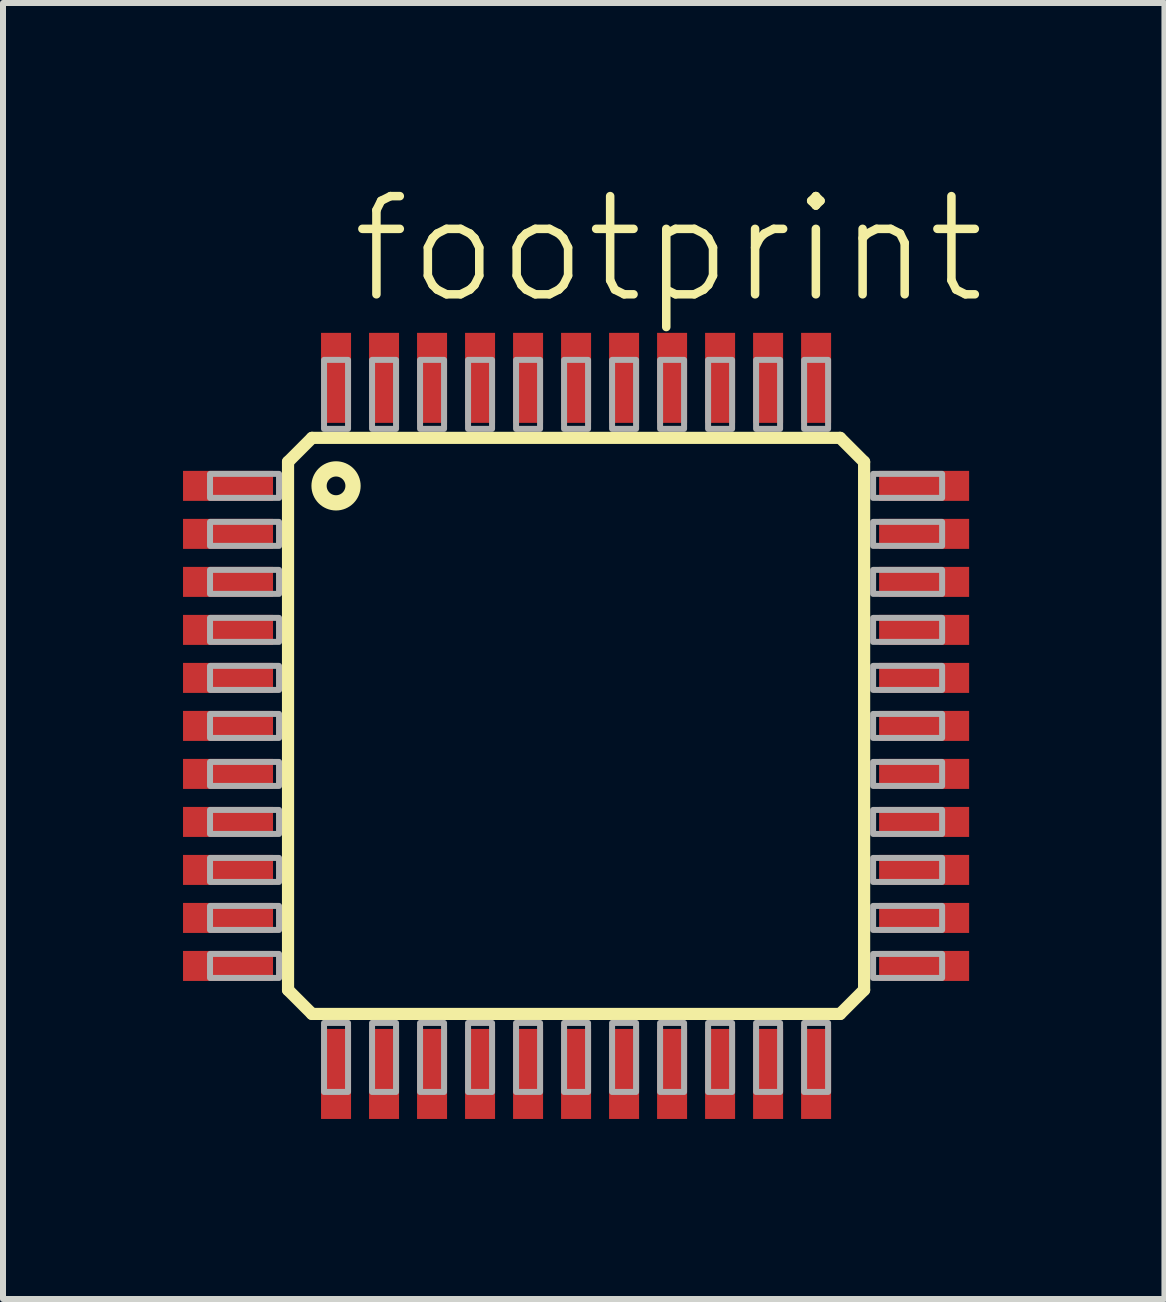
<source format=kicad_pcb>
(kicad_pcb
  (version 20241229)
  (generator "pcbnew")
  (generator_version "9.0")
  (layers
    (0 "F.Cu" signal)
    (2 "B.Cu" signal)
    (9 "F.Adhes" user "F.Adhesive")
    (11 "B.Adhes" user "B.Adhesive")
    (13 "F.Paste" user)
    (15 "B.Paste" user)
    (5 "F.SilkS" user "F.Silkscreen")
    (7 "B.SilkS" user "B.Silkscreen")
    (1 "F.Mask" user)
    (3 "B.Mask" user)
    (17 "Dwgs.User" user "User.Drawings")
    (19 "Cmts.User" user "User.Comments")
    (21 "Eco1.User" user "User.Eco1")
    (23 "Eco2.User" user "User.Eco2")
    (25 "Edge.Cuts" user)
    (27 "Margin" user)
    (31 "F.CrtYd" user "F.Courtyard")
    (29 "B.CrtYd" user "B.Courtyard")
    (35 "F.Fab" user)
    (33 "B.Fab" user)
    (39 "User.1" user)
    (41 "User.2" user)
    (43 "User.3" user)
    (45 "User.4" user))
  (footprint "footprint"
    (layer "F.Cu")
    (at 6.55 9.047)
    (property "Reference" "footprint" (at -3.81 -6.985 0) (layer "F.SilkS") (effects (font (size 1.636 1.636) (thickness 0.142)) (justify left bottom)))
    (fp_line (start -4.8 -4.4) (end -4.4 -4.8) (stroke (width 0.203) (type solid)) (layer "F.SilkS"))
    (fp_line (start -4.8 4.4) (end -4.8 -4.4) (stroke (width 0.203) (type solid)) (layer "F.SilkS"))
    (fp_line (start -4.4 -4.8) (end 4.4 -4.8) (stroke (width 0.203) (type solid)) (layer "F.SilkS"))
    (fp_line (start -4.4 4.8) (end -4.8 4.4) (stroke (width 0.203) (type solid)) (layer "F.SilkS"))
    (fp_line (start 4.4 -4.8) (end 4.8 -4.4) (stroke (width 0.203) (type solid)) (layer "F.SilkS"))
    (fp_line (start 4.4 4.8) (end -4.4 4.8) (stroke (width 0.203) (type solid)) (layer "F.SilkS"))
    (fp_line (start 4.8 -4.4) (end 4.8 4.4) (stroke (width 0.203) (type solid)) (layer "F.SilkS"))
    (fp_line (start 4.8 4.4) (end 4.4 4.8) (stroke (width 0.203) (type solid)) (layer "F.SilkS"))
    (fp_circle (center -4 -4) (end -3.717 -4) (stroke (width 0.254) (type solid)) (fill no) (layer "F.SilkS"))
    (fp_poly (pts (xy -6.1 -3.8) (xy -4.95 -3.8) (xy -4.95 -4.2) (xy -6.1 -4.2)) (stroke (width 0.1) (type solid)) (fill no) (layer "F.Fab"))
    (fp_poly (pts (xy -6.1 -3) (xy -4.95 -3) (xy -4.95 -3.4) (xy -6.1 -3.4)) (stroke (width 0.1) (type solid)) (fill no) (layer "F.Fab"))
    (fp_poly (pts (xy -6.1 -2.2) (xy -4.95 -2.2) (xy -4.95 -2.6) (xy -6.1 -2.6)) (stroke (width 0.1) (type solid)) (fill no) (layer "F.Fab"))
    (fp_poly (pts (xy -6.1 -1.4) (xy -4.95 -1.4) (xy -4.95 -1.8) (xy -6.1 -1.8)) (stroke (width 0.1) (type solid)) (fill no) (layer "F.Fab"))
    (fp_poly (pts (xy -6.1 -0.6) (xy -4.95 -0.6) (xy -4.95 -1) (xy -6.1 -1)) (stroke (width 0.1) (type solid)) (fill no) (layer "F.Fab"))
    (fp_poly (pts (xy -6.1 0.2) (xy -4.95 0.2) (xy -4.95 -0.2) (xy -6.1 -0.2)) (stroke (width 0.1) (type solid)) (fill no) (layer "F.Fab"))
    (fp_poly (pts (xy -6.1 1) (xy -4.95 1) (xy -4.95 0.6) (xy -6.1 0.6)) (stroke (width 0.1) (type solid)) (fill no) (layer "F.Fab"))
    (fp_poly (pts (xy -6.1 1.8) (xy -4.95 1.8) (xy -4.95 1.4) (xy -6.1 1.4)) (stroke (width 0.1) (type solid)) (fill no) (layer "F.Fab"))
    (fp_poly (pts (xy -6.1 2.6) (xy -4.95 2.6) (xy -4.95 2.2) (xy -6.1 2.2)) (stroke (width 0.1) (type solid)) (fill no) (layer "F.Fab"))
    (fp_poly (pts (xy -6.1 3.4) (xy -4.95 3.4) (xy -4.95 3) (xy -6.1 3)) (stroke (width 0.1) (type solid)) (fill no) (layer "F.Fab"))
    (fp_poly (pts (xy -6.1 4.2) (xy -4.95 4.2) (xy -4.95 3.8) (xy -6.1 3.8)) (stroke (width 0.1) (type solid)) (fill no) (layer "F.Fab"))
    (fp_poly (pts (xy -4.2 -4.95) (xy -3.8 -4.95) (xy -3.8 -6.1) (xy -4.2 -6.1)) (stroke (width 0.1) (type solid)) (fill no) (layer "F.Fab"))
    (fp_poly (pts (xy -4.2 6.1) (xy -3.8 6.1) (xy -3.8 4.95) (xy -4.2 4.95)) (stroke (width 0.1) (type solid)) (fill no) (layer "F.Fab"))
    (fp_poly (pts (xy -3.4 -4.95) (xy -3 -4.95) (xy -3 -6.1) (xy -3.4 -6.1)) (stroke (width 0.1) (type solid)) (fill no) (layer "F.Fab"))
    (fp_poly (pts (xy -3.4 6.1) (xy -3 6.1) (xy -3 4.95) (xy -3.4 4.95)) (stroke (width 0.1) (type solid)) (fill no) (layer "F.Fab"))
    (fp_poly (pts (xy -2.6 -4.95) (xy -2.2 -4.95) (xy -2.2 -6.1) (xy -2.6 -6.1)) (stroke (width 0.1) (type solid)) (fill no) (layer "F.Fab"))
    (fp_poly (pts (xy -2.6 6.1) (xy -2.2 6.1) (xy -2.2 4.95) (xy -2.6 4.95)) (stroke (width 0.1) (type solid)) (fill no) (layer "F.Fab"))
    (fp_poly (pts (xy -1.8 -4.95) (xy -1.4 -4.95) (xy -1.4 -6.1) (xy -1.8 -6.1)) (stroke (width 0.1) (type solid)) (fill no) (layer "F.Fab"))
    (fp_poly (pts (xy -1.8 6.1) (xy -1.4 6.1) (xy -1.4 4.95) (xy -1.8 4.95)) (stroke (width 0.1) (type solid)) (fill no) (layer "F.Fab"))
    (fp_poly (pts (xy -1 -4.95) (xy -0.6 -4.95) (xy -0.6 -6.1) (xy -1 -6.1)) (stroke (width 0.1) (type solid)) (fill no) (layer "F.Fab"))
    (fp_poly (pts (xy -1 6.1) (xy -0.6 6.1) (xy -0.6 4.95) (xy -1 4.95)) (stroke (width 0.1) (type solid)) (fill no) (layer "F.Fab"))
    (fp_poly (pts (xy -0.2 -4.95) (xy 0.2 -4.95) (xy 0.2 -6.1) (xy -0.2 -6.1)) (stroke (width 0.1) (type solid)) (fill no) (layer "F.Fab"))
    (fp_poly (pts (xy -0.2 6.1) (xy 0.2 6.1) (xy 0.2 4.95) (xy -0.2 4.95)) (stroke (width 0.1) (type solid)) (fill no) (layer "F.Fab"))
    (fp_poly (pts (xy 0.6 -4.95) (xy 1 -4.95) (xy 1 -6.1) (xy 0.6 -6.1)) (stroke (width 0.1) (type solid)) (fill no) (layer "F.Fab"))
    (fp_poly (pts (xy 0.6 6.1) (xy 1 6.1) (xy 1 4.95) (xy 0.6 4.95)) (stroke (width 0.1) (type solid)) (fill no) (layer "F.Fab"))
    (fp_poly (pts (xy 1.4 -4.95) (xy 1.8 -4.95) (xy 1.8 -6.1) (xy 1.4 -6.1)) (stroke (width 0.1) (type solid)) (fill no) (layer "F.Fab"))
    (fp_poly (pts (xy 1.4 6.1) (xy 1.8 6.1) (xy 1.8 4.95) (xy 1.4 4.95)) (stroke (width 0.1) (type solid)) (fill no) (layer "F.Fab"))
    (fp_poly (pts (xy 2.2 -4.95) (xy 2.6 -4.95) (xy 2.6 -6.1) (xy 2.2 -6.1)) (stroke (width 0.1) (type solid)) (fill no) (layer "F.Fab"))
    (fp_poly (pts (xy 2.2 6.1) (xy 2.6 6.1) (xy 2.6 4.95) (xy 2.2 4.95)) (stroke (width 0.1) (type solid)) (fill no) (layer "F.Fab"))
    (fp_poly (pts (xy 3 -4.95) (xy 3.4 -4.95) (xy 3.4 -6.1) (xy 3 -6.1)) (stroke (width 0.1) (type solid)) (fill no) (layer "F.Fab"))
    (fp_poly (pts (xy 3 6.1) (xy 3.4 6.1) (xy 3.4 4.95) (xy 3 4.95)) (stroke (width 0.1) (type solid)) (fill no) (layer "F.Fab"))
    (fp_poly (pts (xy 3.8 -4.95) (xy 4.2 -4.95) (xy 4.2 -6.1) (xy 3.8 -6.1)) (stroke (width 0.1) (type solid)) (fill no) (layer "F.Fab"))
    (fp_poly (pts (xy 3.8 6.1) (xy 4.2 6.1) (xy 4.2 4.95) (xy 3.8 4.95)) (stroke (width 0.1) (type solid)) (fill no) (layer "F.Fab"))
    (fp_poly (pts (xy 4.95 -3.8) (xy 6.1 -3.8) (xy 6.1 -4.2) (xy 4.95 -4.2)) (stroke (width 0.1) (type solid)) (fill no) (layer "F.Fab"))
    (fp_poly (pts (xy 4.95 -3) (xy 6.1 -3) (xy 6.1 -3.4) (xy 4.95 -3.4)) (stroke (width 0.1) (type solid)) (fill no) (layer "F.Fab"))
    (fp_poly (pts (xy 4.95 -2.2) (xy 6.1 -2.2) (xy 6.1 -2.6) (xy 4.95 -2.6)) (stroke (width 0.1) (type solid)) (fill no) (layer "F.Fab"))
    (fp_poly (pts (xy 4.95 -1.4) (xy 6.1 -1.4) (xy 6.1 -1.8) (xy 4.95 -1.8)) (stroke (width 0.1) (type solid)) (fill no) (layer "F.Fab"))
    (fp_poly (pts (xy 4.95 -0.6) (xy 6.1 -0.6) (xy 6.1 -1) (xy 4.95 -1)) (stroke (width 0.1) (type solid)) (fill no) (layer "F.Fab"))
    (fp_poly (pts (xy 4.95 0.2) (xy 6.1 0.2) (xy 6.1 -0.2) (xy 4.95 -0.2)) (stroke (width 0.1) (type solid)) (fill no) (layer "F.Fab"))
    (fp_poly (pts (xy 4.95 1) (xy 6.1 1) (xy 6.1 0.6) (xy 4.95 0.6)) (stroke (width 0.1) (type solid)) (fill no) (layer "F.Fab"))
    (fp_poly (pts (xy 4.95 1.8) (xy 6.1 1.8) (xy 6.1 1.4) (xy 4.95 1.4)) (stroke (width 0.1) (type solid)) (fill no) (layer "F.Fab"))
    (fp_poly (pts (xy 4.95 2.6) (xy 6.1 2.6) (xy 6.1 2.2) (xy 4.95 2.2)) (stroke (width 0.1) (type solid)) (fill no) (layer "F.Fab"))
    (fp_poly (pts (xy 4.95 3.4) (xy 6.1 3.4) (xy 6.1 3) (xy 4.95 3)) (stroke (width 0.1) (type solid)) (fill no) (layer "F.Fab"))
    (fp_poly (pts (xy 4.95 4.2) (xy 6.1 4.2) (xy 6.1 3.8) (xy 4.95 3.8)) (stroke (width 0.1) (type solid)) (fill no) (layer "F.Fab"))
    (pad "1" smd rect (at -5.8 -4) (size 1.5 0.5) (layers "F.Cu" "F.Mask" "F.Paste"))
    (pad "2" smd rect (at -5.8 -3.2) (size 1.5 0.5) (layers "F.Cu" "F.Mask" "F.Paste"))
    (pad "3" smd rect (at -5.8 -2.4) (size 1.5 0.5) (layers "F.Cu" "F.Mask" "F.Paste"))
    (pad "4" smd rect (at -5.8 -1.6) (size 1.5 0.5) (layers "F.Cu" "F.Mask" "F.Paste"))
    (pad "5" smd rect (at -5.8 -0.8) (size 1.5 0.5) (layers "F.Cu" "F.Mask" "F.Paste"))
    (pad "6" smd rect (at -5.8 0) (size 1.5 0.5) (layers "F.Cu" "F.Mask" "F.Paste"))
    (pad "7" smd rect (at -5.8 0.8) (size 1.5 0.5) (layers "F.Cu" "F.Mask" "F.Paste"))
    (pad "8" smd rect (at -5.8 1.6) (size 1.5 0.5) (layers "F.Cu" "F.Mask" "F.Paste"))
    (pad "9" smd rect (at -5.8 2.4) (size 1.5 0.5) (layers "F.Cu" "F.Mask" "F.Paste"))
    (pad "10" smd rect (at -5.8 3.2) (size 1.5 0.5) (layers "F.Cu" "F.Mask" "F.Paste"))
    (pad "11" smd rect (at -5.8 4) (size 1.5 0.5) (layers "F.Cu" "F.Mask" "F.Paste"))
    (pad "12" smd rect (at -4 5.8) (size 0.5 1.5) (layers "F.Cu" "F.Mask" "F.Paste"))
    (pad "13" smd rect (at -3.2 5.8) (size 0.5 1.5) (layers "F.Cu" "F.Mask" "F.Paste"))
    (pad "14" smd rect (at -2.4 5.8) (size 0.5 1.5) (layers "F.Cu" "F.Mask" "F.Paste"))
    (pad "15" smd rect (at -1.6 5.8) (size 0.5 1.5) (layers "F.Cu" "F.Mask" "F.Paste"))
    (pad "16" smd rect (at -0.8 5.8) (size 0.5 1.5) (layers "F.Cu" "F.Mask" "F.Paste"))
    (pad "17" smd rect (at 0 5.8) (size 0.5 1.5) (layers "F.Cu" "F.Mask" "F.Paste"))
    (pad "18" smd rect (at 0.8 5.8) (size 0.5 1.5) (layers "F.Cu" "F.Mask" "F.Paste"))
    (pad "19" smd rect (at 1.6 5.8) (size 0.5 1.5) (layers "F.Cu" "F.Mask" "F.Paste"))
    (pad "20" smd rect (at 2.4 5.8) (size 0.5 1.5) (layers "F.Cu" "F.Mask" "F.Paste"))
    (pad "21" smd rect (at 3.2 5.8) (size 0.5 1.5) (layers "F.Cu" "F.Mask" "F.Paste"))
    (pad "22" smd rect (at 4 5.8) (size 0.5 1.5) (layers "F.Cu" "F.Mask" "F.Paste"))
    (pad "23" smd rect (at 5.8 4) (size 1.5 0.5) (layers "F.Cu" "F.Mask" "F.Paste"))
    (pad "24" smd rect (at 5.8 3.2) (size 1.5 0.5) (layers "F.Cu" "F.Mask" "F.Paste"))
    (pad "25" smd rect (at 5.8 2.4) (size 1.5 0.5) (layers "F.Cu" "F.Mask" "F.Paste"))
    (pad "26" smd rect (at 5.8 1.6) (size 1.5 0.5) (layers "F.Cu" "F.Mask" "F.Paste"))
    (pad "27" smd rect (at 5.8 0.8) (size 1.5 0.5) (layers "F.Cu" "F.Mask" "F.Paste"))
    (pad "28" smd rect (at 5.8 0) (size 1.5 0.5) (layers "F.Cu" "F.Mask" "F.Paste"))
    (pad "29" smd rect (at 5.8 -0.8) (size 1.5 0.5) (layers "F.Cu" "F.Mask" "F.Paste"))
    (pad "30" smd rect (at 5.8 -1.6) (size 1.5 0.5) (layers "F.Cu" "F.Mask" "F.Paste"))
    (pad "31" smd rect (at 5.8 -2.4) (size 1.5 0.5) (layers "F.Cu" "F.Mask" "F.Paste"))
    (pad "32" smd rect (at 5.8 -3.2) (size 1.5 0.5) (layers "F.Cu" "F.Mask" "F.Paste"))
    (pad "33" smd rect (at 5.8 -4) (size 1.5 0.5) (layers "F.Cu" "F.Mask" "F.Paste"))
    (pad "34" smd rect (at 4 -5.8) (size 0.5 1.5) (layers "F.Cu" "F.Mask" "F.Paste"))
    (pad "35" smd rect (at 3.2 -5.8) (size 0.5 1.5) (layers "F.Cu" "F.Mask" "F.Paste"))
    (pad "36" smd rect (at 2.4 -5.8) (size 0.5 1.5) (layers "F.Cu" "F.Mask" "F.Paste"))
    (pad "37" smd rect (at 1.6 -5.8) (size 0.5 1.5) (layers "F.Cu" "F.Mask" "F.Paste"))
    (pad "38" smd rect (at 0.8 -5.8) (size 0.5 1.5) (layers "F.Cu" "F.Mask" "F.Paste"))
    (pad "39" smd rect (at 0 -5.8) (size 0.5 1.5) (layers "F.Cu" "F.Mask" "F.Paste"))
    (pad "40" smd rect (at -0.8 -5.8) (size 0.5 1.5) (layers "F.Cu" "F.Mask" "F.Paste"))
    (pad "41" smd rect (at -1.6 -5.8) (size 0.5 1.5) (layers "F.Cu" "F.Mask" "F.Paste"))
    (pad "42" smd rect (at -2.4 -5.8) (size 0.5 1.5) (layers "F.Cu" "F.Mask" "F.Paste"))
    (pad "43" smd rect (at -3.2 -5.8) (size 0.5 1.5) (layers "F.Cu" "F.Mask" "F.Paste"))
    (pad "44" smd rect (at -4 -5.8) (size 0.5 1.5) (layers "F.Cu" "F.Mask" "F.Paste")))
  (gr_rect
    (start -3 -3)
    (end 16.355 18.597)
    (stroke (width 0.1) (type default))
    (fill no)
    (layer "Edge.Cuts")))
</source>
